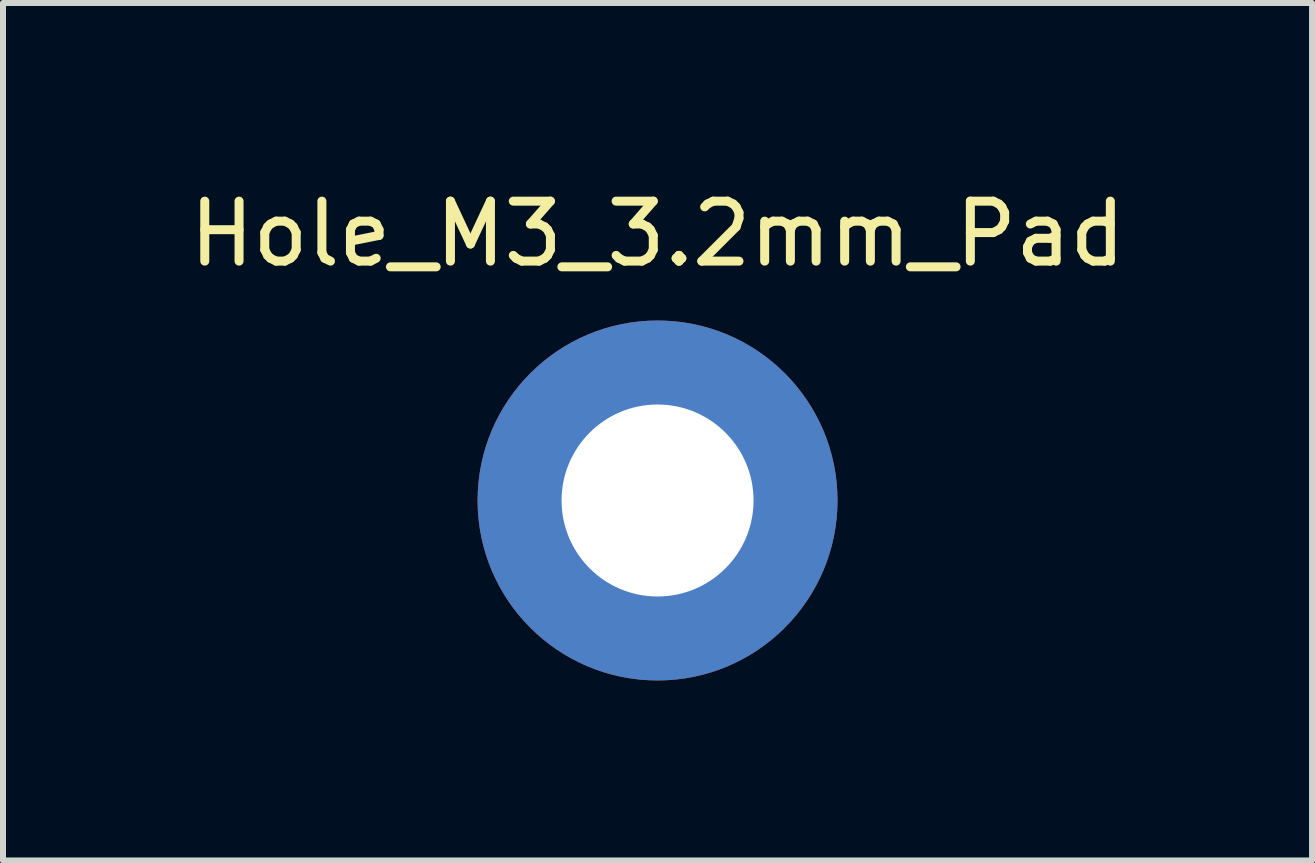
<source format=kicad_pcb>
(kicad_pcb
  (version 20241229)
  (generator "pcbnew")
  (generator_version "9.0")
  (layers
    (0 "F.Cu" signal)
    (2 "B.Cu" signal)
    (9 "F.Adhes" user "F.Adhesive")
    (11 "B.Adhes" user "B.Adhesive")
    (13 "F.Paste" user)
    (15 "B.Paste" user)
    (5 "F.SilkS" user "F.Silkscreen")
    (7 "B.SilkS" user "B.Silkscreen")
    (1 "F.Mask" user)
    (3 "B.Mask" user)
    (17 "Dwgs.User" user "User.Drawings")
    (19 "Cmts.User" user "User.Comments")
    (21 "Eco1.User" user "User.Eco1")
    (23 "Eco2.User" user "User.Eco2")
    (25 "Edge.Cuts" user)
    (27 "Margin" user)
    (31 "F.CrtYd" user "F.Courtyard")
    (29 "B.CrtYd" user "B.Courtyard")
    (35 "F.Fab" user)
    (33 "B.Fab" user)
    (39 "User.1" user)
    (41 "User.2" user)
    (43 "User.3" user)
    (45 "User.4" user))
  (footprint "Hole_M3_3.2mm_Pad"
    (layer "F.Cu")
    (at 7.911 5.293)
    (property "Reference" "Hole_M3_3.2mm_Pad" (at 0 -4.445 0) (layer "F.SilkS") (effects (font (size 1 1) (thickness 0.15))))
    (attr through_hole)
    (fp_circle (center 0 0) (end 0.5 0) (stroke (width 0.2) (type solid)) (fill no) (layer "Eco1.User"))
    (pad "" thru_hole circle (at 0 0) (size 6 6) (drill 3.2) (layers "*.Cu" "*.Mask")))
  (gr_rect
    (start -3 -3)
    (end 18.821 11.293)
    (stroke (width 0.1) (type default))
    (fill no)
    (layer "Edge.Cuts")))
</source>
